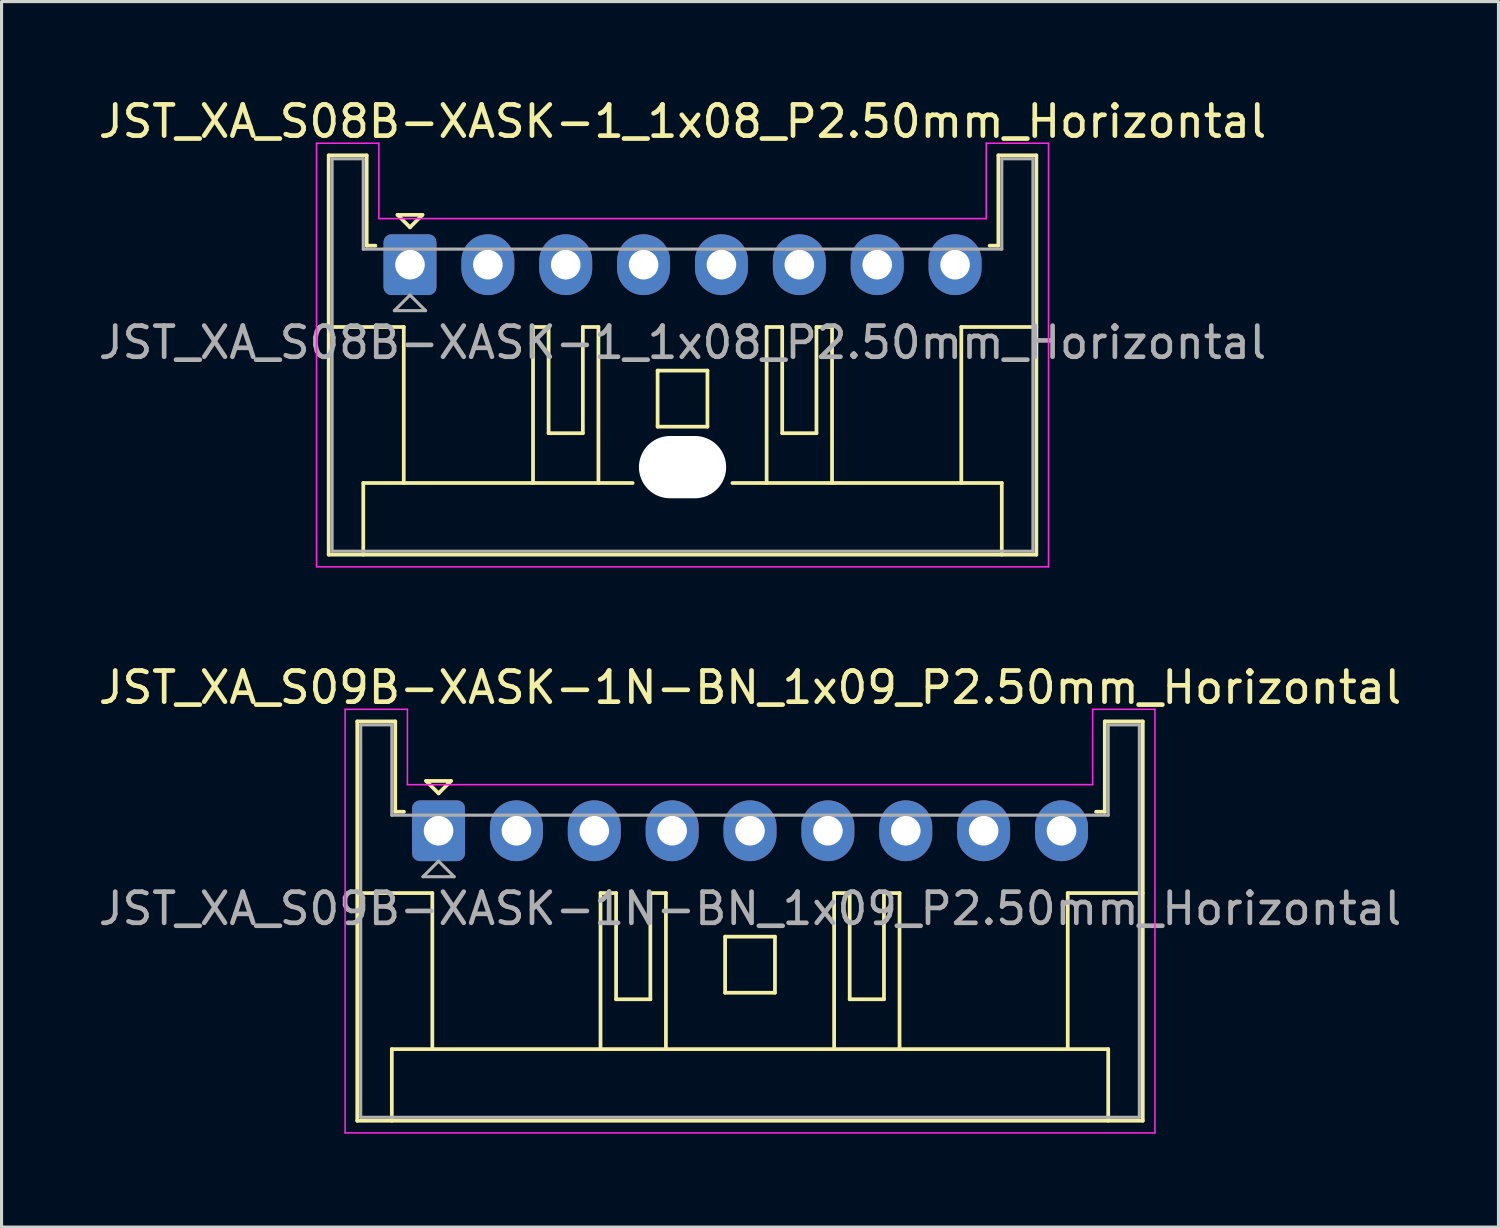
<source format=kicad_pcb>
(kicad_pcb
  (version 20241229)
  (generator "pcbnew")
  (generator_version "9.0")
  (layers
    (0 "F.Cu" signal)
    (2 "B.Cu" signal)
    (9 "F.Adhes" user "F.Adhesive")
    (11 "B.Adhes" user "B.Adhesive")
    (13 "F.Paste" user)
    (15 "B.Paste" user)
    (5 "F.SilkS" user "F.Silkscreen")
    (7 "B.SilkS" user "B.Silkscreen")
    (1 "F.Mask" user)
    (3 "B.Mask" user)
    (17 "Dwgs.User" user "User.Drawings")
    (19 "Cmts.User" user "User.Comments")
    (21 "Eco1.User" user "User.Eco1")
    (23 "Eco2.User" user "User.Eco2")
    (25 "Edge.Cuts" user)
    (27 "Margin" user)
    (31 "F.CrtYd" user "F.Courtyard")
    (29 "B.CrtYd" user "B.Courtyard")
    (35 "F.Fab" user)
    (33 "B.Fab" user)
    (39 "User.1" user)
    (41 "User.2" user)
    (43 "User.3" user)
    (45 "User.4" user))
  (footprint "JST_XA_S09B-XASK-1N-BN_1x09_P2.50mm_Horizontal"
    (layer "F.Cu")
    (at 11.03 23.622)
    (property "Reference" "JST_XA_S09B-XASK-1N-BN_1x09_P2.50mm_Horizontal" (at 10 -4.6 0) (layer "F.SilkS") (effects (font (size 1 1) (thickness 0.15))))
    (attr through_hole)
    (fp_line (start -2.61 -3.51) (end -2.61 9.31) (stroke (width 0.12) (type solid)) (layer "F.SilkS"))
    (fp_line (start -2.61 9.31) (end 22.61 9.31) (stroke (width 0.12) (type solid)) (layer "F.SilkS"))
    (fp_line (start -1.5 7.01) (end 21.5 7.01) (stroke (width 0.12) (type solid)) (layer "F.SilkS"))
    (fp_line (start -1.5 9.31) (end -1.5 7.01) (stroke (width 0.12) (type solid)) (layer "F.SilkS"))
    (fp_line (start -1.39 -3.51) (end -2.61 -3.51) (stroke (width 0.12) (type solid)) (layer "F.SilkS"))
    (fp_line (start -1.39 -0.61) (end -1.39 -3.51) (stroke (width 0.12) (type solid)) (layer "F.SilkS"))
    (fp_line (start -1.11 -0.61) (end -1.39 -0.61) (stroke (width 0.12) (type solid)) (layer "F.SilkS"))
    (fp_line (start -0.4 -1.6) (end 0.4 -1.6) (stroke (width 0.12) (type solid)) (layer "F.SilkS"))
    (fp_line (start -0.2 2) (end -2.61 2) (stroke (width 0.12) (type solid)) (layer "F.SilkS"))
    (fp_line (start -0.2 7.01) (end -0.2 2) (stroke (width 0.12) (type solid)) (layer "F.SilkS"))
    (fp_line (start 0 -1.2) (end -0.4 -1.6) (stroke (width 0.12) (type solid)) (layer "F.SilkS"))
    (fp_line (start 0.4 -1.6) (end 0 -1.2) (stroke (width 0.12) (type solid)) (layer "F.SilkS"))
    (fp_line (start 5.2 2) (end 5.2 7.01) (stroke (width 0.12) (type solid)) (layer "F.SilkS"))
    (fp_line (start 5.7 2) (end 5.2 2) (stroke (width 0.12) (type solid)) (layer "F.SilkS"))
    (fp_line (start 5.7 5.41) (end 5.7 2) (stroke (width 0.12) (type solid)) (layer "F.SilkS"))
    (fp_line (start 6.8 2) (end 6.8 5.41) (stroke (width 0.12) (type solid)) (layer "F.SilkS"))
    (fp_line (start 6.8 5.41) (end 5.7 5.41) (stroke (width 0.12) (type solid)) (layer "F.SilkS"))
    (fp_line (start 7.3 2) (end 6.8 2) (stroke (width 0.12) (type solid)) (layer "F.SilkS"))
    (fp_line (start 7.3 7.01) (end 7.3 2) (stroke (width 0.12) (type solid)) (layer "F.SilkS"))
    (fp_line (start 9.2 3.4) (end 10.8 3.4) (stroke (width 0.12) (type solid)) (layer "F.SilkS"))
    (fp_line (start 9.2 5.2) (end 9.2 3.4) (stroke (width 0.12) (type solid)) (layer "F.SilkS"))
    (fp_line (start 10.8 3.4) (end 10.8 5.2) (stroke (width 0.12) (type solid)) (layer "F.SilkS"))
    (fp_line (start 10.8 5.2) (end 9.2 5.2) (stroke (width 0.12) (type solid)) (layer "F.SilkS"))
    (fp_line (start 12.7 2) (end 13.2 2) (stroke (width 0.12) (type solid)) (layer "F.SilkS"))
    (fp_line (start 12.7 7.01) (end 12.7 2) (stroke (width 0.12) (type solid)) (layer "F.SilkS"))
    (fp_line (start 13.2 2) (end 13.2 5.41) (stroke (width 0.12) (type solid)) (layer "F.SilkS"))
    (fp_line (start 13.2 5.41) (end 14.3 5.41) (stroke (width 0.12) (type solid)) (layer "F.SilkS"))
    (fp_line (start 14.3 2) (end 14.8 2) (stroke (width 0.12) (type solid)) (layer "F.SilkS"))
    (fp_line (start 14.3 5.41) (end 14.3 2) (stroke (width 0.12) (type solid)) (layer "F.SilkS"))
    (fp_line (start 14.8 2) (end 14.8 7.01) (stroke (width 0.12) (type solid)) (layer "F.SilkS"))
    (fp_line (start 20.2 2) (end 22.61 2) (stroke (width 0.12) (type solid)) (layer "F.SilkS"))
    (fp_line (start 20.2 7.01) (end 20.2 2) (stroke (width 0.12) (type solid)) (layer "F.SilkS"))
    (fp_line (start 21.39 -3.51) (end 21.39 -0.61) (stroke (width 0.12) (type solid)) (layer "F.SilkS"))
    (fp_line (start 21.39 -0.61) (end 21.11 -0.61) (stroke (width 0.12) (type solid)) (layer "F.SilkS"))
    (fp_line (start 21.5 7.01) (end 21.5 9.31) (stroke (width 0.12) (type solid)) (layer "F.SilkS"))
    (fp_line (start 22.61 -3.51) (end 21.39 -3.51) (stroke (width 0.12) (type solid)) (layer "F.SilkS"))
    (fp_line (start 22.61 9.31) (end 22.61 -3.51) (stroke (width 0.12) (type solid)) (layer "F.SilkS"))
    (fp_line (start -3 -3.9) (end -3 9.7) (stroke (width 0.05) (type solid)) (layer "F.CrtYd"))
    (fp_line (start -3 9.7) (end 23 9.7) (stroke (width 0.05) (type solid)) (layer "F.CrtYd"))
    (fp_line (start -1 -3.9) (end -3 -3.9) (stroke (width 0.05) (type solid)) (layer "F.CrtYd"))
    (fp_line (start -1 -1.48) (end -1 -3.9) (stroke (width 0.05) (type solid)) (layer "F.CrtYd"))
    (fp_line (start 21 -3.9) (end 21 -1.48) (stroke (width 0.05) (type solid)) (layer "F.CrtYd"))
    (fp_line (start 21 -1.48) (end -1 -1.48) (stroke (width 0.05) (type solid)) (layer "F.CrtYd"))
    (fp_line (start 23 -3.9) (end 21 -3.9) (stroke (width 0.05) (type solid)) (layer "F.CrtYd"))
    (fp_line (start 23 9.7) (end 23 -3.9) (stroke (width 0.05) (type solid)) (layer "F.CrtYd"))
    (fp_line (start -2.5 -3.4) (end -2.5 9.2) (stroke (width 0.1) (type solid)) (layer "F.Fab"))
    (fp_line (start -2.5 9.2) (end 22.5 9.2) (stroke (width 0.1) (type solid)) (layer "F.Fab"))
    (fp_line (start -1.5 -3.4) (end -2.5 -3.4) (stroke (width 0.1) (type solid)) (layer "F.Fab"))
    (fp_line (start -1.5 -0.5) (end -1.5 -3.4) (stroke (width 0.1) (type solid)) (layer "F.Fab"))
    (fp_line (start -0.5 1.475) (end 0.5 1.475) (stroke (width 0.1) (type solid)) (layer "F.Fab"))
    (fp_line (start 0 0.975) (end -0.5 1.475) (stroke (width 0.1) (type solid)) (layer "F.Fab"))
    (fp_line (start 0.5 1.475) (end 0 0.975) (stroke (width 0.1) (type solid)) (layer "F.Fab"))
    (fp_line (start 21.5 -3.4) (end 21.5 -0.5) (stroke (width 0.1) (type solid)) (layer "F.Fab"))
    (fp_line (start 21.5 -0.5) (end -1.5 -0.5) (stroke (width 0.1) (type solid)) (layer "F.Fab"))
    (fp_line (start 22.5 -3.4) (end 21.5 -3.4) (stroke (width 0.1) (type solid)) (layer "F.Fab"))
    (fp_line (start 22.5 9.2) (end 22.5 -3.4) (stroke (width 0.1) (type solid)) (layer "F.Fab"))
    (fp_text user "${REFERENCE}" (at 10 2.5 0) (layer "F.Fab") (effects (font (size 1 1) (thickness 0.15))))
    (pad "1" thru_hole roundrect (at 0 0) (size 1.7 1.95) (drill 0.95) (layers "*.Cu" "*.Mask") (roundrect_rratio 0.147))
    (pad "2" thru_hole oval (at 2.5 0) (size 1.7 1.95) (drill 0.95) (layers "*.Cu" "*.Mask"))
    (pad "3" thru_hole oval (at 5 0) (size 1.7 1.95) (drill 0.95) (layers "*.Cu" "*.Mask"))
    (pad "4" thru_hole oval (at 7.5 0) (size 1.7 1.95) (drill 0.95) (layers "*.Cu" "*.Mask"))
    (pad "5" thru_hole oval (at 10 0) (size 1.7 1.95) (drill 0.95) (layers "*.Cu" "*.Mask"))
    (pad "6" thru_hole oval (at 12.5 0) (size 1.7 1.95) (drill 0.95) (layers "*.Cu" "*.Mask"))
    (pad "7" thru_hole oval (at 15 0) (size 1.7 1.95) (drill 0.95) (layers "*.Cu" "*.Mask"))
    (pad "8" thru_hole oval (at 17.5 0) (size 1.7 1.95) (drill 0.95) (layers "*.Cu" "*.Mask"))
    (pad "9" thru_hole oval (at 20 0) (size 1.7 1.95) (drill 0.95) (layers "*.Cu" "*.Mask")))
  (footprint "JST_XA_S08B-XASK-1_1x08_P2.50mm_Horizontal"
    (layer "F.Cu")
    (at 10.113 5.448)
    (property "Reference" "JST_XA_S08B-XASK-1_1x08_P2.50mm_Horizontal" (at 8.75 -4.6 0) (layer "F.SilkS") (effects (font (size 1 1) (thickness 0.15))))
    (attr through_hole)
    (fp_line (start -2.61 -3.51) (end -2.61 9.31) (stroke (width 0.12) (type solid)) (layer "F.SilkS"))
    (fp_line (start -2.61 9.31) (end 20.11 9.31) (stroke (width 0.12) (type solid)) (layer "F.SilkS"))
    (fp_line (start -1.5 7.01) (end 7.15 7.01) (stroke (width 0.12) (type solid)) (layer "F.SilkS"))
    (fp_line (start -1.5 9.31) (end -1.5 7.01) (stroke (width 0.12) (type solid)) (layer "F.SilkS"))
    (fp_line (start -1.39 -3.51) (end -2.61 -3.51) (stroke (width 0.12) (type solid)) (layer "F.SilkS"))
    (fp_line (start -1.39 -0.61) (end -1.39 -3.51) (stroke (width 0.12) (type solid)) (layer "F.SilkS"))
    (fp_line (start -1.11 -0.61) (end -1.39 -0.61) (stroke (width 0.12) (type solid)) (layer "F.SilkS"))
    (fp_line (start -0.4 -1.6) (end 0.4 -1.6) (stroke (width 0.12) (type solid)) (layer "F.SilkS"))
    (fp_line (start -0.2 2) (end -2.61 2) (stroke (width 0.12) (type solid)) (layer "F.SilkS"))
    (fp_line (start -0.2 7.01) (end -0.2 2) (stroke (width 0.12) (type solid)) (layer "F.SilkS"))
    (fp_line (start 0 -1.2) (end -0.4 -1.6) (stroke (width 0.12) (type solid)) (layer "F.SilkS"))
    (fp_line (start 0.4 -1.6) (end 0 -1.2) (stroke (width 0.12) (type solid)) (layer "F.SilkS"))
    (fp_line (start 3.95 2) (end 3.95 7.01) (stroke (width 0.12) (type solid)) (layer "F.SilkS"))
    (fp_line (start 4.45 2) (end 3.95 2) (stroke (width 0.12) (type solid)) (layer "F.SilkS"))
    (fp_line (start 4.45 5.41) (end 4.45 2) (stroke (width 0.12) (type solid)) (layer "F.SilkS"))
    (fp_line (start 5.55 2) (end 5.55 5.41) (stroke (width 0.12) (type solid)) (layer "F.SilkS"))
    (fp_line (start 5.55 5.41) (end 4.45 5.41) (stroke (width 0.12) (type solid)) (layer "F.SilkS"))
    (fp_line (start 6.05 2) (end 5.55 2) (stroke (width 0.12) (type solid)) (layer "F.SilkS"))
    (fp_line (start 6.05 7.01) (end 6.05 2) (stroke (width 0.12) (type solid)) (layer "F.SilkS"))
    (fp_line (start 7.95 3.4) (end 9.55 3.4) (stroke (width 0.12) (type solid)) (layer "F.SilkS"))
    (fp_line (start 7.95 5.2) (end 7.95 3.4) (stroke (width 0.12) (type solid)) (layer "F.SilkS"))
    (fp_line (start 9.55 3.4) (end 9.55 5.2) (stroke (width 0.12) (type solid)) (layer "F.SilkS"))
    (fp_line (start 9.55 5.2) (end 7.95 5.2) (stroke (width 0.12) (type solid)) (layer "F.SilkS"))
    (fp_line (start 10.35 7.01) (end 19 7.01) (stroke (width 0.12) (type solid)) (layer "F.SilkS"))
    (fp_line (start 11.45 2) (end 11.95 2) (stroke (width 0.12) (type solid)) (layer "F.SilkS"))
    (fp_line (start 11.45 7.01) (end 11.45 2) (stroke (width 0.12) (type solid)) (layer "F.SilkS"))
    (fp_line (start 11.95 2) (end 11.95 5.41) (stroke (width 0.12) (type solid)) (layer "F.SilkS"))
    (fp_line (start 11.95 5.41) (end 13.05 5.41) (stroke (width 0.12) (type solid)) (layer "F.SilkS"))
    (fp_line (start 13.05 2) (end 13.55 2) (stroke (width 0.12) (type solid)) (layer "F.SilkS"))
    (fp_line (start 13.05 5.41) (end 13.05 2) (stroke (width 0.12) (type solid)) (layer "F.SilkS"))
    (fp_line (start 13.55 2) (end 13.55 7.01) (stroke (width 0.12) (type solid)) (layer "F.SilkS"))
    (fp_line (start 17.7 2) (end 20.11 2) (stroke (width 0.12) (type solid)) (layer "F.SilkS"))
    (fp_line (start 17.7 7.01) (end 17.7 2) (stroke (width 0.12) (type solid)) (layer "F.SilkS"))
    (fp_line (start 18.89 -3.51) (end 18.89 -0.61) (stroke (width 0.12) (type solid)) (layer "F.SilkS"))
    (fp_line (start 18.89 -0.61) (end 18.61 -0.61) (stroke (width 0.12) (type solid)) (layer "F.SilkS"))
    (fp_line (start 19 7.01) (end 19 9.31) (stroke (width 0.12) (type solid)) (layer "F.SilkS"))
    (fp_line (start 20.11 -3.51) (end 18.89 -3.51) (stroke (width 0.12) (type solid)) (layer "F.SilkS"))
    (fp_line (start 20.11 9.31) (end 20.11 -3.51) (stroke (width 0.12) (type solid)) (layer "F.SilkS"))
    (fp_line (start -3 -3.9) (end -3 9.7) (stroke (width 0.05) (type solid)) (layer "F.CrtYd"))
    (fp_line (start -3 9.7) (end 20.5 9.7) (stroke (width 0.05) (type solid)) (layer "F.CrtYd"))
    (fp_line (start -1 -3.9) (end -3 -3.9) (stroke (width 0.05) (type solid)) (layer "F.CrtYd"))
    (fp_line (start -1 -1.48) (end -1 -3.9) (stroke (width 0.05) (type solid)) (layer "F.CrtYd"))
    (fp_line (start 18.5 -3.9) (end 18.5 -1.48) (stroke (width 0.05) (type solid)) (layer "F.CrtYd"))
    (fp_line (start 18.5 -1.48) (end -1 -1.48) (stroke (width 0.05) (type solid)) (layer "F.CrtYd"))
    (fp_line (start 20.5 -3.9) (end 18.5 -3.9) (stroke (width 0.05) (type solid)) (layer "F.CrtYd"))
    (fp_line (start 20.5 9.7) (end 20.5 -3.9) (stroke (width 0.05) (type solid)) (layer "F.CrtYd"))
    (fp_line (start -2.5 -3.4) (end -2.5 9.2) (stroke (width 0.1) (type solid)) (layer "F.Fab"))
    (fp_line (start -2.5 9.2) (end 20 9.2) (stroke (width 0.1) (type solid)) (layer "F.Fab"))
    (fp_line (start -1.5 -3.4) (end -2.5 -3.4) (stroke (width 0.1) (type solid)) (layer "F.Fab"))
    (fp_line (start -1.5 -0.5) (end -1.5 -3.4) (stroke (width 0.1) (type solid)) (layer "F.Fab"))
    (fp_line (start -0.5 1.475) (end 0.5 1.475) (stroke (width 0.1) (type solid)) (layer "F.Fab"))
    (fp_line (start 0 0.975) (end -0.5 1.475) (stroke (width 0.1) (type solid)) (layer "F.Fab"))
    (fp_line (start 0.5 1.475) (end 0 0.975) (stroke (width 0.1) (type solid)) (layer "F.Fab"))
    (fp_line (start 19 -3.4) (end 19 -0.5) (stroke (width 0.1) (type solid)) (layer "F.Fab"))
    (fp_line (start 19 -0.5) (end -1.5 -0.5) (stroke (width 0.1) (type solid)) (layer "F.Fab"))
    (fp_line (start 20 -3.4) (end 19 -3.4) (stroke (width 0.1) (type solid)) (layer "F.Fab"))
    (fp_line (start 20 9.2) (end 20 -3.4) (stroke (width 0.1) (type solid)) (layer "F.Fab"))
    (fp_text user "${REFERENCE}" (at 8.75 2.5 0) (layer "F.Fab") (effects (font (size 1 1) (thickness 0.15))))
    (pad "" np_thru_hole oval (at 8.75 6.5) (size 2.8 2) (drill oval 2.8 2) (layers "*.Cu" "*.Mask"))
    (pad "1" thru_hole roundrect (at 0 0) (size 1.7 1.95) (drill 0.95) (layers "*.Cu" "*.Mask") (roundrect_rratio 0.147))
    (pad "2" thru_hole oval (at 2.5 0) (size 1.7 1.95) (drill 0.95) (layers "*.Cu" "*.Mask"))
    (pad "3" thru_hole oval (at 5 0) (size 1.7 1.95) (drill 0.95) (layers "*.Cu" "*.Mask"))
    (pad "4" thru_hole oval (at 7.5 0) (size 1.7 1.95) (drill 0.95) (layers "*.Cu" "*.Mask"))
    (pad "5" thru_hole oval (at 10 0) (size 1.7 1.95) (drill 0.95) (layers "*.Cu" "*.Mask"))
    (pad "6" thru_hole oval (at 12.5 0) (size 1.7 1.95) (drill 0.95) (layers "*.Cu" "*.Mask"))
    (pad "7" thru_hole oval (at 15 0) (size 1.7 1.95) (drill 0.95) (layers "*.Cu" "*.Mask"))
    (pad "8" thru_hole oval (at 17.5 0) (size 1.7 1.95) (drill 0.95) (layers "*.Cu" "*.Mask")))
  (gr_rect
    (start -3 -3)
    (end 45.06 36.346)
    (stroke (width 0.1) (type default))
    (fill no)
    (layer "Edge.Cuts")))
</source>
